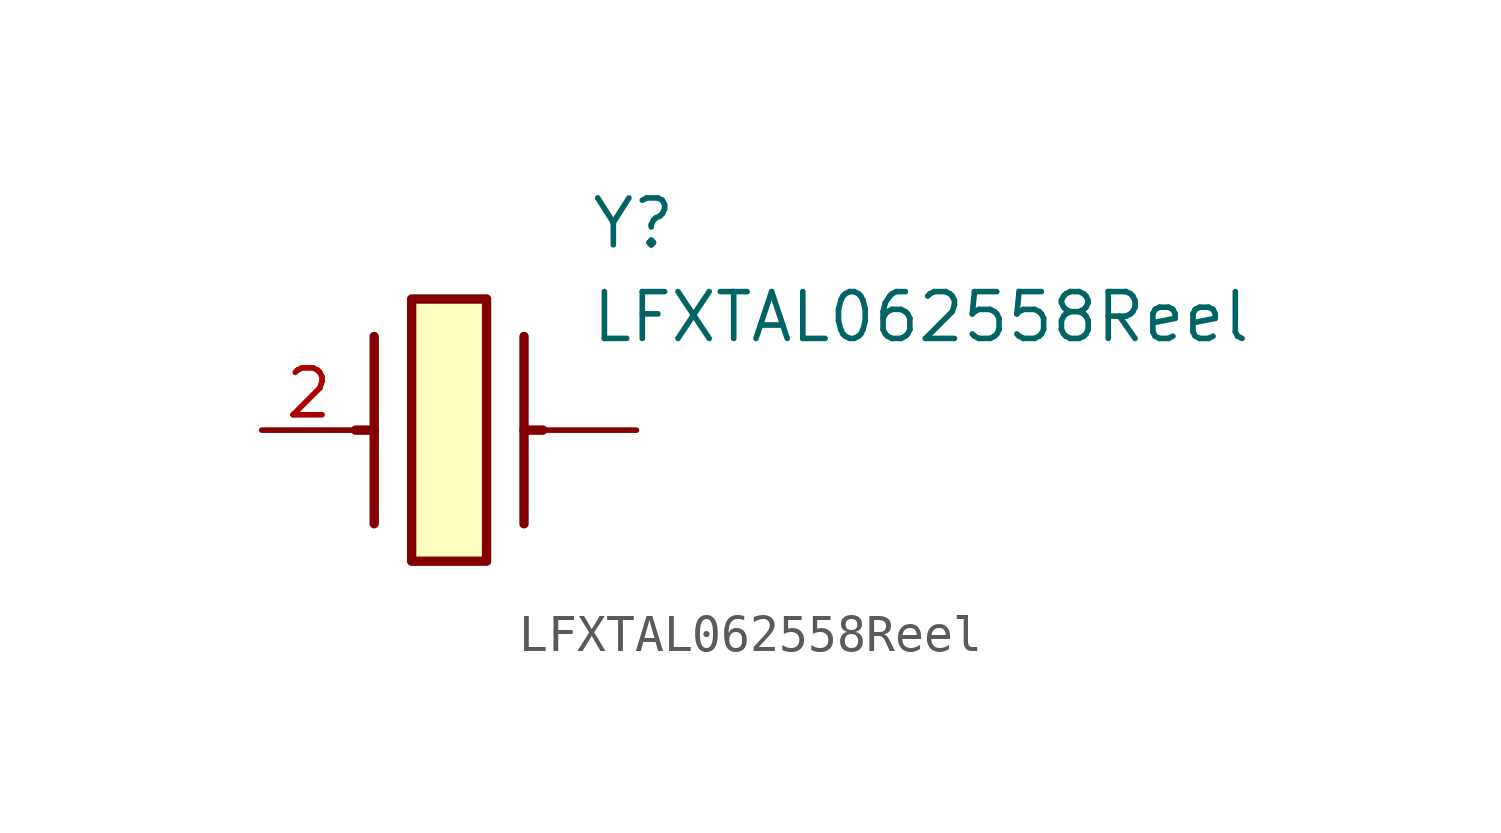
<source format=kicad_sym>
(kicad_symbol_lib
  (version 20211014)
  (generator SamacSys_ECAD_Model)
  (symbol "LFXTAL062558Reel"
    (pin_names hide)
    (property "Reference" "Y"
      (at 8.89 6.35 0)
      (effects (font (size 1.27 1.27)) (justify left top)))
    (property "Value" "LFXTAL062558Reel"
      (at 8.89 3.81 0)
      (effects (font (size 1.27 1.27)) (justify left top)))
    (rectangle
      (start 4.064 3.556)
      (end 6.096 -3.556)
      (stroke (width 0.254) (type default))
      (fill (type background)))
    (polyline
      (pts (xy 3.048 2.54) (xy 3.048 -2.54))
      (stroke (width 0.254) (type default))
      (fill (type none)))
    (polyline
      (pts (xy 7.112 2.54) (xy 7.112 -2.54))
      (stroke (width 0.254) (type default))
      (fill (type none)))
    (polyline
      (pts (xy 7.112 0) (xy 7.62 0))
      (stroke (width 0.254) (type default))
      (fill (type none)))
    (polyline
      (pts (xy 3.048 0) (xy 2.54 0))
      (stroke (width 0.254) (type default))
      (fill (type none)))
    (pin passive line
      (at 0 0 0)
      (length 2.54)
      (name "CRYSTAL_2" (effects (font (size 1.27 1.27))))
      (number "2" (effects (font (size 1.27 1.27)))))
    (pin passive line
      (at 10.16 0 180)
      (length 2.54)
      (name "" (effects (font (size 1.27 1.27))))
      (number "" (effects (font (size 1.27 1.27)))))))
</source>
